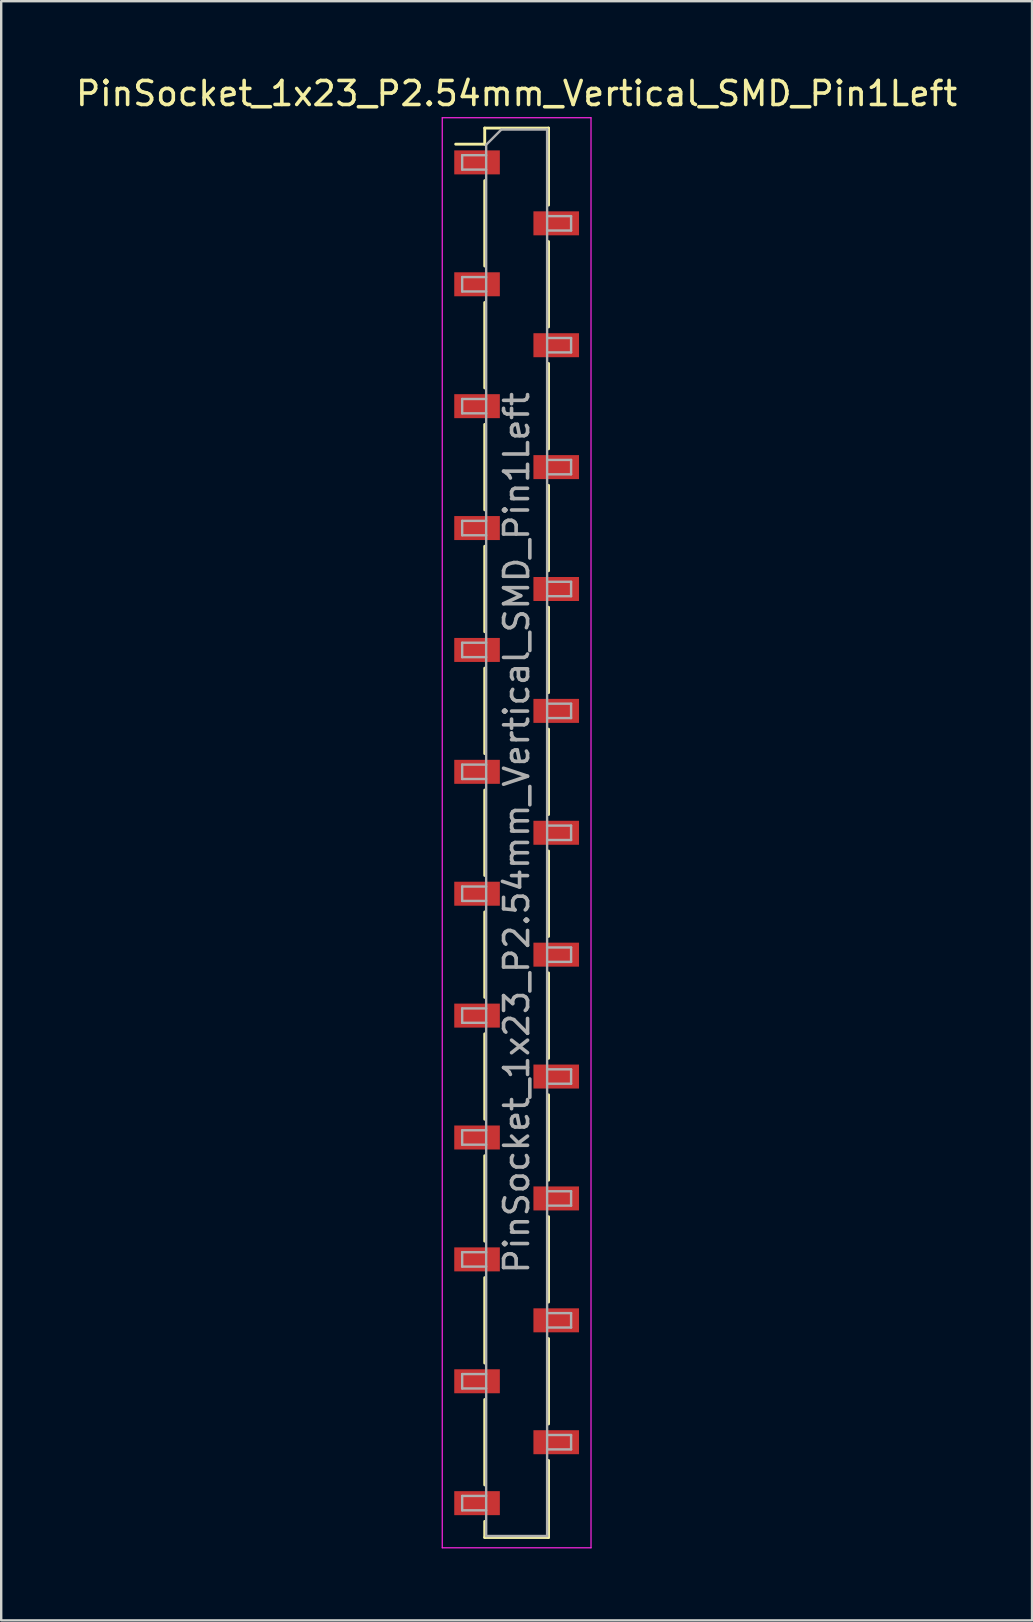
<source format=kicad_pcb>
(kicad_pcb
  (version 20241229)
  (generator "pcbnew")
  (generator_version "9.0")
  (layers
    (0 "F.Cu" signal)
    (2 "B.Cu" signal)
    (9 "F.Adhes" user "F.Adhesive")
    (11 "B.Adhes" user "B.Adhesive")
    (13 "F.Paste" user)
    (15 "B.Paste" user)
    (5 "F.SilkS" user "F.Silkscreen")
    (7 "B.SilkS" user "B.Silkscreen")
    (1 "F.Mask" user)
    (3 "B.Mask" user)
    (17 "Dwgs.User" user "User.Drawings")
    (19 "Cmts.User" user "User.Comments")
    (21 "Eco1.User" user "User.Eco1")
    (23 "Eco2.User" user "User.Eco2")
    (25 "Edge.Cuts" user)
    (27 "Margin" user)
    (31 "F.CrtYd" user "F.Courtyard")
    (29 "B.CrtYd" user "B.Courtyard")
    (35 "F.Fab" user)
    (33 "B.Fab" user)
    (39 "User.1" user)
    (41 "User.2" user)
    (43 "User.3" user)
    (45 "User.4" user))
  (footprint "PinSocket_1x23_P2.54mm_Vertical_SMD_Pin1Left"
    (layer "F.Cu")
    (at 18.482 31.658)
    (property "Reference" "PinSocket_1x23_P2.54mm_Vertical_SMD_Pin1Left" (at 0 -30.81 0) (layer "F.SilkS") (effects (font (size 1 1) (thickness 0.15))))
    (attr smd)
    (fp_line (start -2.54 -28.7) (end -1.33 -28.7) (stroke (width 0.12) (type solid)) (layer "F.SilkS"))
    (fp_line (start -1.33 -29.37) (end -1.33 -28.7) (stroke (width 0.12) (type solid)) (layer "F.SilkS"))
    (fp_line (start -1.33 -29.37) (end 1.33 -29.37) (stroke (width 0.12) (type solid)) (layer "F.SilkS"))
    (fp_line (start -1.33 -27.18) (end -1.33 -23.62) (stroke (width 0.12) (type solid)) (layer "F.SilkS"))
    (fp_line (start -1.33 -22.1) (end -1.33 -18.54) (stroke (width 0.12) (type solid)) (layer "F.SilkS"))
    (fp_line (start -1.33 -17.02) (end -1.33 -13.46) (stroke (width 0.12) (type solid)) (layer "F.SilkS"))
    (fp_line (start -1.33 -11.94) (end -1.33 -8.38) (stroke (width 0.12) (type solid)) (layer "F.SilkS"))
    (fp_line (start -1.33 -6.86) (end -1.33 -3.3) (stroke (width 0.12) (type solid)) (layer "F.SilkS"))
    (fp_line (start -1.33 -1.78) (end -1.33 1.78) (stroke (width 0.12) (type solid)) (layer "F.SilkS"))
    (fp_line (start -1.33 3.3) (end -1.33 6.86) (stroke (width 0.12) (type solid)) (layer "F.SilkS"))
    (fp_line (start -1.33 8.38) (end -1.33 11.94) (stroke (width 0.12) (type solid)) (layer "F.SilkS"))
    (fp_line (start -1.33 13.46) (end -1.33 17.02) (stroke (width 0.12) (type solid)) (layer "F.SilkS"))
    (fp_line (start -1.33 18.54) (end -1.33 22.1) (stroke (width 0.12) (type solid)) (layer "F.SilkS"))
    (fp_line (start -1.33 23.62) (end -1.33 27.18) (stroke (width 0.12) (type solid)) (layer "F.SilkS"))
    (fp_line (start -1.33 28.7) (end -1.33 29.37) (stroke (width 0.12) (type solid)) (layer "F.SilkS"))
    (fp_line (start -1.33 29.37) (end 1.33 29.37) (stroke (width 0.12) (type solid)) (layer "F.SilkS"))
    (fp_line (start 1.33 -29.37) (end 1.33 -26.16) (stroke (width 0.12) (type solid)) (layer "F.SilkS"))
    (fp_line (start 1.33 -24.64) (end 1.33 -21.08) (stroke (width 0.12) (type solid)) (layer "F.SilkS"))
    (fp_line (start 1.33 -19.56) (end 1.33 -16) (stroke (width 0.12) (type solid)) (layer "F.SilkS"))
    (fp_line (start 1.33 -14.48) (end 1.33 -10.92) (stroke (width 0.12) (type solid)) (layer "F.SilkS"))
    (fp_line (start 1.33 -9.4) (end 1.33 -5.84) (stroke (width 0.12) (type solid)) (layer "F.SilkS"))
    (fp_line (start 1.33 -4.32) (end 1.33 -0.76) (stroke (width 0.12) (type solid)) (layer "F.SilkS"))
    (fp_line (start 1.33 0.76) (end 1.33 4.32) (stroke (width 0.12) (type solid)) (layer "F.SilkS"))
    (fp_line (start 1.33 5.84) (end 1.33 9.4) (stroke (width 0.12) (type solid)) (layer "F.SilkS"))
    (fp_line (start 1.33 10.92) (end 1.33 14.48) (stroke (width 0.12) (type solid)) (layer "F.SilkS"))
    (fp_line (start 1.33 16) (end 1.33 19.56) (stroke (width 0.12) (type solid)) (layer "F.SilkS"))
    (fp_line (start 1.33 21.08) (end 1.33 24.64) (stroke (width 0.12) (type solid)) (layer "F.SilkS"))
    (fp_line (start 1.33 26.16) (end 1.33 29.37) (stroke (width 0.12) (type solid)) (layer "F.SilkS"))
    (fp_line (start -3.1 -29.8) (end 3.1 -29.8) (stroke (width 0.05) (type solid)) (layer "F.CrtYd"))
    (fp_line (start -3.1 29.8) (end -3.1 -29.8) (stroke (width 0.05) (type solid)) (layer "F.CrtYd"))
    (fp_line (start 3.1 -29.8) (end 3.1 29.8) (stroke (width 0.05) (type solid)) (layer "F.CrtYd"))
    (fp_line (start 3.1 29.8) (end -3.1 29.8) (stroke (width 0.05) (type solid)) (layer "F.CrtYd"))
    (fp_line (start -2.27 -28.24) (end -1.27 -28.24) (stroke (width 0.1) (type solid)) (layer "F.Fab"))
    (fp_line (start -2.27 -27.64) (end -2.27 -28.24) (stroke (width 0.1) (type solid)) (layer "F.Fab"))
    (fp_line (start -2.27 -23.16) (end -1.27 -23.16) (stroke (width 0.1) (type solid)) (layer "F.Fab"))
    (fp_line (start -2.27 -22.56) (end -2.27 -23.16) (stroke (width 0.1) (type solid)) (layer "F.Fab"))
    (fp_line (start -2.27 -18.08) (end -1.27 -18.08) (stroke (width 0.1) (type solid)) (layer "F.Fab"))
    (fp_line (start -2.27 -17.48) (end -2.27 -18.08) (stroke (width 0.1) (type solid)) (layer "F.Fab"))
    (fp_line (start -2.27 -13) (end -1.27 -13) (stroke (width 0.1) (type solid)) (layer "F.Fab"))
    (fp_line (start -2.27 -12.4) (end -2.27 -13) (stroke (width 0.1) (type solid)) (layer "F.Fab"))
    (fp_line (start -2.27 -7.92) (end -1.27 -7.92) (stroke (width 0.1) (type solid)) (layer "F.Fab"))
    (fp_line (start -2.27 -7.32) (end -2.27 -7.92) (stroke (width 0.1) (type solid)) (layer "F.Fab"))
    (fp_line (start -2.27 -2.84) (end -1.27 -2.84) (stroke (width 0.1) (type solid)) (layer "F.Fab"))
    (fp_line (start -2.27 -2.24) (end -2.27 -2.84) (stroke (width 0.1) (type solid)) (layer "F.Fab"))
    (fp_line (start -2.27 2.24) (end -1.27 2.24) (stroke (width 0.1) (type solid)) (layer "F.Fab"))
    (fp_line (start -2.27 2.84) (end -2.27 2.24) (stroke (width 0.1) (type solid)) (layer "F.Fab"))
    (fp_line (start -2.27 7.32) (end -1.27 7.32) (stroke (width 0.1) (type solid)) (layer "F.Fab"))
    (fp_line (start -2.27 7.92) (end -2.27 7.32) (stroke (width 0.1) (type solid)) (layer "F.Fab"))
    (fp_line (start -2.27 12.4) (end -1.27 12.4) (stroke (width 0.1) (type solid)) (layer "F.Fab"))
    (fp_line (start -2.27 13) (end -2.27 12.4) (stroke (width 0.1) (type solid)) (layer "F.Fab"))
    (fp_line (start -2.27 17.48) (end -1.27 17.48) (stroke (width 0.1) (type solid)) (layer "F.Fab"))
    (fp_line (start -2.27 18.08) (end -2.27 17.48) (stroke (width 0.1) (type solid)) (layer "F.Fab"))
    (fp_line (start -2.27 22.56) (end -1.27 22.56) (stroke (width 0.1) (type solid)) (layer "F.Fab"))
    (fp_line (start -2.27 23.16) (end -2.27 22.56) (stroke (width 0.1) (type solid)) (layer "F.Fab"))
    (fp_line (start -2.27 27.64) (end -1.27 27.64) (stroke (width 0.1) (type solid)) (layer "F.Fab"))
    (fp_line (start -2.27 28.24) (end -2.27 27.64) (stroke (width 0.1) (type solid)) (layer "F.Fab"))
    (fp_line (start -1.27 -28.675) (end -0.635 -29.31) (stroke (width 0.1) (type solid)) (layer "F.Fab"))
    (fp_line (start -1.27 -27.64) (end -2.27 -27.64) (stroke (width 0.1) (type solid)) (layer "F.Fab"))
    (fp_line (start -1.27 -22.56) (end -2.27 -22.56) (stroke (width 0.1) (type solid)) (layer "F.Fab"))
    (fp_line (start -1.27 -17.48) (end -2.27 -17.48) (stroke (width 0.1) (type solid)) (layer "F.Fab"))
    (fp_line (start -1.27 -12.4) (end -2.27 -12.4) (stroke (width 0.1) (type solid)) (layer "F.Fab"))
    (fp_line (start -1.27 -7.32) (end -2.27 -7.32) (stroke (width 0.1) (type solid)) (layer "F.Fab"))
    (fp_line (start -1.27 -2.24) (end -2.27 -2.24) (stroke (width 0.1) (type solid)) (layer "F.Fab"))
    (fp_line (start -1.27 2.84) (end -2.27 2.84) (stroke (width 0.1) (type solid)) (layer "F.Fab"))
    (fp_line (start -1.27 7.92) (end -2.27 7.92) (stroke (width 0.1) (type solid)) (layer "F.Fab"))
    (fp_line (start -1.27 13) (end -2.27 13) (stroke (width 0.1) (type solid)) (layer "F.Fab"))
    (fp_line (start -1.27 18.08) (end -2.27 18.08) (stroke (width 0.1) (type solid)) (layer "F.Fab"))
    (fp_line (start -1.27 23.16) (end -2.27 23.16) (stroke (width 0.1) (type solid)) (layer "F.Fab"))
    (fp_line (start -1.27 28.24) (end -2.27 28.24) (stroke (width 0.1) (type solid)) (layer "F.Fab"))
    (fp_line (start -1.27 29.31) (end -1.27 -28.675) (stroke (width 0.1) (type solid)) (layer "F.Fab"))
    (fp_line (start -0.635 -29.31) (end 1.27 -29.31) (stroke (width 0.1) (type solid)) (layer "F.Fab"))
    (fp_line (start 1.27 -29.31) (end 1.27 29.31) (stroke (width 0.1) (type solid)) (layer "F.Fab"))
    (fp_line (start 1.27 -25.7) (end 2.27 -25.7) (stroke (width 0.1) (type solid)) (layer "F.Fab"))
    (fp_line (start 1.27 -20.62) (end 2.27 -20.62) (stroke (width 0.1) (type solid)) (layer "F.Fab"))
    (fp_line (start 1.27 -15.54) (end 2.27 -15.54) (stroke (width 0.1) (type solid)) (layer "F.Fab"))
    (fp_line (start 1.27 -10.46) (end 2.27 -10.46) (stroke (width 0.1) (type solid)) (layer "F.Fab"))
    (fp_line (start 1.27 -5.38) (end 2.27 -5.38) (stroke (width 0.1) (type solid)) (layer "F.Fab"))
    (fp_line (start 1.27 -0.3) (end 2.27 -0.3) (stroke (width 0.1) (type solid)) (layer "F.Fab"))
    (fp_line (start 1.27 4.78) (end 2.27 4.78) (stroke (width 0.1) (type solid)) (layer "F.Fab"))
    (fp_line (start 1.27 9.86) (end 2.27 9.86) (stroke (width 0.1) (type solid)) (layer "F.Fab"))
    (fp_line (start 1.27 14.94) (end 2.27 14.94) (stroke (width 0.1) (type solid)) (layer "F.Fab"))
    (fp_line (start 1.27 20.02) (end 2.27 20.02) (stroke (width 0.1) (type solid)) (layer "F.Fab"))
    (fp_line (start 1.27 25.1) (end 2.27 25.1) (stroke (width 0.1) (type solid)) (layer "F.Fab"))
    (fp_line (start 1.27 29.31) (end -1.27 29.31) (stroke (width 0.1) (type solid)) (layer "F.Fab"))
    (fp_line (start 2.27 -25.7) (end 2.27 -25.1) (stroke (width 0.1) (type solid)) (layer "F.Fab"))
    (fp_line (start 2.27 -25.1) (end 1.27 -25.1) (stroke (width 0.1) (type solid)) (layer "F.Fab"))
    (fp_line (start 2.27 -20.62) (end 2.27 -20.02) (stroke (width 0.1) (type solid)) (layer "F.Fab"))
    (fp_line (start 2.27 -20.02) (end 1.27 -20.02) (stroke (width 0.1) (type solid)) (layer "F.Fab"))
    (fp_line (start 2.27 -15.54) (end 2.27 -14.94) (stroke (width 0.1) (type solid)) (layer "F.Fab"))
    (fp_line (start 2.27 -14.94) (end 1.27 -14.94) (stroke (width 0.1) (type solid)) (layer "F.Fab"))
    (fp_line (start 2.27 -10.46) (end 2.27 -9.86) (stroke (width 0.1) (type solid)) (layer "F.Fab"))
    (fp_line (start 2.27 -9.86) (end 1.27 -9.86) (stroke (width 0.1) (type solid)) (layer "F.Fab"))
    (fp_line (start 2.27 -5.38) (end 2.27 -4.78) (stroke (width 0.1) (type solid)) (layer "F.Fab"))
    (fp_line (start 2.27 -4.78) (end 1.27 -4.78) (stroke (width 0.1) (type solid)) (layer "F.Fab"))
    (fp_line (start 2.27 -0.3) (end 2.27 0.3) (stroke (width 0.1) (type solid)) (layer "F.Fab"))
    (fp_line (start 2.27 0.3) (end 1.27 0.3) (stroke (width 0.1) (type solid)) (layer "F.Fab"))
    (fp_line (start 2.27 4.78) (end 2.27 5.38) (stroke (width 0.1) (type solid)) (layer "F.Fab"))
    (fp_line (start 2.27 5.38) (end 1.27 5.38) (stroke (width 0.1) (type solid)) (layer "F.Fab"))
    (fp_line (start 2.27 9.86) (end 2.27 10.46) (stroke (width 0.1) (type solid)) (layer "F.Fab"))
    (fp_line (start 2.27 10.46) (end 1.27 10.46) (stroke (width 0.1) (type solid)) (layer "F.Fab"))
    (fp_line (start 2.27 14.94) (end 2.27 15.54) (stroke (width 0.1) (type solid)) (layer "F.Fab"))
    (fp_line (start 2.27 15.54) (end 1.27 15.54) (stroke (width 0.1) (type solid)) (layer "F.Fab"))
    (fp_line (start 2.27 20.02) (end 2.27 20.62) (stroke (width 0.1) (type solid)) (layer "F.Fab"))
    (fp_line (start 2.27 20.62) (end 1.27 20.62) (stroke (width 0.1) (type solid)) (layer "F.Fab"))
    (fp_line (start 2.27 25.1) (end 2.27 25.7) (stroke (width 0.1) (type solid)) (layer "F.Fab"))
    (fp_line (start 2.27 25.7) (end 1.27 25.7) (stroke (width 0.1) (type solid)) (layer "F.Fab"))
    (fp_text user "${REFERENCE}" (at 0 0 90) (layer "F.Fab") (effects (font (size 1 1) (thickness 0.15))))
    (pad "1" smd rect (at -1.65 -27.94) (size 1.9 1) (layers "F.Cu" "F.Mask" "F.Paste"))
    (pad "2" smd rect (at 1.65 -25.4) (size 1.9 1) (layers "F.Cu" "F.Mask" "F.Paste"))
    (pad "3" smd rect (at -1.65 -22.86) (size 1.9 1) (layers "F.Cu" "F.Mask" "F.Paste"))
    (pad "4" smd rect (at 1.65 -20.32) (size 1.9 1) (layers "F.Cu" "F.Mask" "F.Paste"))
    (pad "5" smd rect (at -1.65 -17.78) (size 1.9 1) (layers "F.Cu" "F.Mask" "F.Paste"))
    (pad "6" smd rect (at 1.65 -15.24) (size 1.9 1) (layers "F.Cu" "F.Mask" "F.Paste"))
    (pad "7" smd rect (at -1.65 -12.7) (size 1.9 1) (layers "F.Cu" "F.Mask" "F.Paste"))
    (pad "8" smd rect (at 1.65 -10.16) (size 1.9 1) (layers "F.Cu" "F.Mask" "F.Paste"))
    (pad "9" smd rect (at -1.65 -7.62) (size 1.9 1) (layers "F.Cu" "F.Mask" "F.Paste"))
    (pad "10" smd rect (at 1.65 -5.08) (size 1.9 1) (layers "F.Cu" "F.Mask" "F.Paste"))
    (pad "11" smd rect (at -1.65 -2.54) (size 1.9 1) (layers "F.Cu" "F.Mask" "F.Paste"))
    (pad "12" smd rect (at 1.65 0) (size 1.9 1) (layers "F.Cu" "F.Mask" "F.Paste"))
    (pad "13" smd rect (at -1.65 2.54) (size 1.9 1) (layers "F.Cu" "F.Mask" "F.Paste"))
    (pad "14" smd rect (at 1.65 5.08) (size 1.9 1) (layers "F.Cu" "F.Mask" "F.Paste"))
    (pad "15" smd rect (at -1.65 7.62) (size 1.9 1) (layers "F.Cu" "F.Mask" "F.Paste"))
    (pad "16" smd rect (at 1.65 10.16) (size 1.9 1) (layers "F.Cu" "F.Mask" "F.Paste"))
    (pad "17" smd rect (at -1.65 12.7) (size 1.9 1) (layers "F.Cu" "F.Mask" "F.Paste"))
    (pad "18" smd rect (at 1.65 15.24) (size 1.9 1) (layers "F.Cu" "F.Mask" "F.Paste"))
    (pad "19" smd rect (at -1.65 17.78) (size 1.9 1) (layers "F.Cu" "F.Mask" "F.Paste"))
    (pad "20" smd rect (at 1.65 20.32) (size 1.9 1) (layers "F.Cu" "F.Mask" "F.Paste"))
    (pad "21" smd rect (at -1.65 22.86) (size 1.9 1) (layers "F.Cu" "F.Mask" "F.Paste"))
    (pad "22" smd rect (at 1.65 25.4) (size 1.9 1) (layers "F.Cu" "F.Mask" "F.Paste"))
    (pad "23" smd rect (at -1.65 27.94) (size 1.9 1) (layers "F.Cu" "F.Mask" "F.Paste")))
  (gr_rect
    (start -3 -3)
    (end 39.964 64.483)
    (stroke (width 0.1) (type default))
    (fill no)
    (layer "Edge.Cuts")))
</source>
